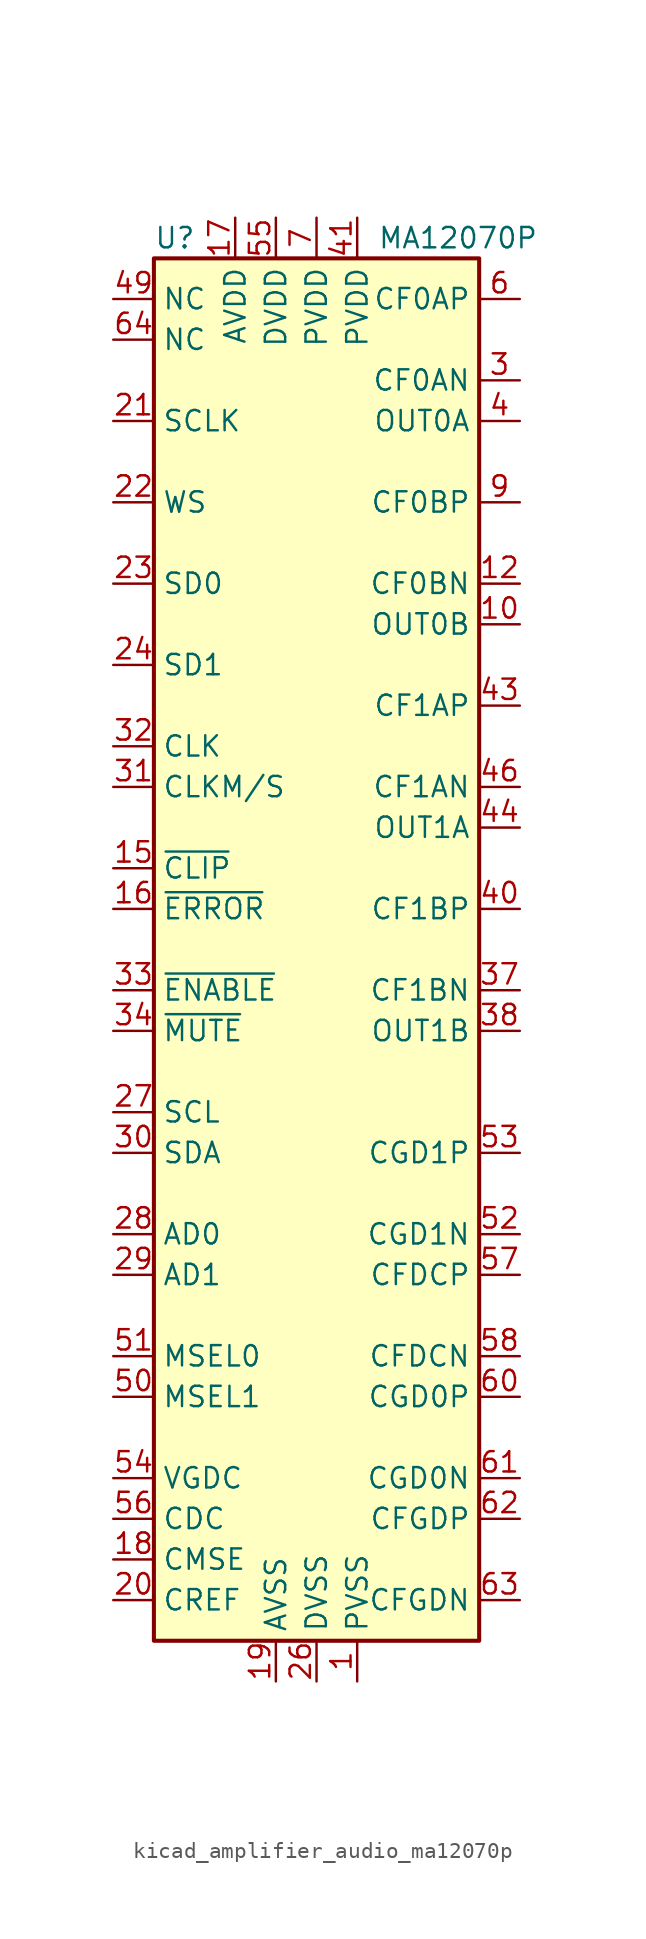
<source format=kicad_sym>
(kicad_symbol_lib
  (version 20220914)
  (generator kicad_symbol_editor)
  (symbol "kicad_amplifier_audio_ma12070p"
    (property "Reference" "U"
      (at -10.16 44.45 0)
      (effects (font (size 1.27 1.27)) (justify left)))
    (property "Value" "MA12070P"
      (at 3.81 44.45 0)
      (effects (font (size 1.27 1.27)) (justify left)))
    (symbol "kicad_amplifier_audio_ma12070p_0_1"
      (rectangle (start -10.16 -43.18) (end 10.16 43.18) (stroke (width 0.254) (type default)) (fill (type background))))
    (symbol "kicad_amplifier_audio_ma12070p_1_1"
      (pin power_in line (at 2.54 -45.72 90) (length 2.54) (name "PVSS" (effects (font (size 1.27 1.27)))) (number "1" (effects (font (size 1.27 1.27)))))
      (pin output line (at 12.7 20.32 180) (length 2.54) (name "OUT0B" (effects (font (size 1.27 1.27)))) (number "10" (effects (font (size 1.27 1.27)))))
      (pin passive line (at 12.7 20.32 180) (length 2.54) hide (name "OUT0B" (effects (font (size 1.27 1.27)))) (number "11" (effects (font (size 1.27 1.27)))))
      (pin passive line (at 12.7 22.86 180) (length 2.54) (name "CF0BN" (effects (font (size 1.27 1.27)))) (number "12" (effects (font (size 1.27 1.27)))))
      (pin passive line (at 2.54 -45.72 90) (length 2.54) hide (name "PVSS" (effects (font (size 1.27 1.27)))) (number "13" (effects (font (size 1.27 1.27)))))
      (pin passive line (at 2.54 -45.72 90) (length 2.54) hide (name "PVSS" (effects (font (size 1.27 1.27)))) (number "14" (effects (font (size 1.27 1.27)))))
      (pin output line (at -12.7 5.08 0) (length 2.54) (name "~{CLIP}" (effects (font (size 1.27 1.27)))) (number "15" (effects (font (size 1.27 1.27)))))
      (pin output line (at -12.7 2.54 0) (length 2.54) (name "~{ERROR}" (effects (font (size 1.27 1.27)))) (number "16" (effects (font (size 1.27 1.27)))))
      (pin power_in line (at -5.08 45.72 270) (length 2.54) (name "AVDD" (effects (font (size 1.27 1.27)))) (number "17" (effects (font (size 1.27 1.27)))))
      (pin passive line (at -12.7 -38.1 0) (length 2.54) (name "CMSE" (effects (font (size 1.27 1.27)))) (number "18" (effects (font (size 1.27 1.27)))))
      (pin power_in line (at -2.54 -45.72 90) (length 2.54) (name "AVSS" (effects (font (size 1.27 1.27)))) (number "19" (effects (font (size 1.27 1.27)))))
      (pin passive line (at 2.54 -45.72 90) (length 2.54) hide (name "PVSS" (effects (font (size 1.27 1.27)))) (number "2" (effects (font (size 1.27 1.27)))))
      (pin passive line (at -12.7 -40.64 0) (length 2.54) (name "CREF" (effects (font (size 1.27 1.27)))) (number "20" (effects (font (size 1.27 1.27)))))
      (pin input line (at -12.7 33.02 0) (length 2.54) (name "SCLK" (effects (font (size 1.27 1.27)))) (number "21" (effects (font (size 1.27 1.27)))))
      (pin input line (at -12.7 27.94 0) (length 2.54) (name "WS" (effects (font (size 1.27 1.27)))) (number "22" (effects (font (size 1.27 1.27)))))
      (pin input line (at -12.7 22.86 0) (length 2.54) (name "SD0" (effects (font (size 1.27 1.27)))) (number "23" (effects (font (size 1.27 1.27)))))
      (pin input line (at -12.7 17.78 0) (length 2.54) (name "SD1" (effects (font (size 1.27 1.27)))) (number "24" (effects (font (size 1.27 1.27)))))
      (pin passive line (at -2.54 -45.72 90) (length 2.54) hide (name "AVSS" (effects (font (size 1.27 1.27)))) (number "25" (effects (font (size 1.27 1.27)))))
      (pin power_in line (at 0 -45.72 90) (length 2.54) (name "DVSS" (effects (font (size 1.27 1.27)))) (number "26" (effects (font (size 1.27 1.27)))))
      (pin input line (at -12.7 -10.16 0) (length 2.54) (name "SCL" (effects (font (size 1.27 1.27)))) (number "27" (effects (font (size 1.27 1.27)))))
      (pin input line (at -12.7 -17.78 0) (length 2.54) (name "AD0" (effects (font (size 1.27 1.27)))) (number "28" (effects (font (size 1.27 1.27)))))
      (pin input line (at -12.7 -20.32 0) (length 2.54) (name "AD1" (effects (font (size 1.27 1.27)))) (number "29" (effects (font (size 1.27 1.27)))))
      (pin passive line (at 12.7 35.56 180) (length 2.54) (name "CF0AN" (effects (font (size 1.27 1.27)))) (number "3" (effects (font (size 1.27 1.27)))))
      (pin bidirectional line (at -12.7 -12.7 0) (length 2.54) (name "SDA" (effects (font (size 1.27 1.27)))) (number "30" (effects (font (size 1.27 1.27)))))
      (pin input line (at -12.7 10.16 0) (length 2.54) (name "CLKM/S" (effects (font (size 1.27 1.27)))) (number "31" (effects (font (size 1.27 1.27)))))
      (pin input line (at -12.7 12.7 0) (length 2.54) (name "CLK" (effects (font (size 1.27 1.27)))) (number "32" (effects (font (size 1.27 1.27)))))
      (pin input line (at -12.7 -2.54 0) (length 2.54) (name "~{ENABLE}" (effects (font (size 1.27 1.27)))) (number "33" (effects (font (size 1.27 1.27)))))
      (pin input line (at -12.7 -5.08 0) (length 2.54) (name "~{MUTE}" (effects (font (size 1.27 1.27)))) (number "34" (effects (font (size 1.27 1.27)))))
      (pin passive line (at 2.54 -45.72 90) (length 2.54) hide (name "PVSS" (effects (font (size 1.27 1.27)))) (number "35" (effects (font (size 1.27 1.27)))))
      (pin passive line (at 2.54 -45.72 90) (length 2.54) hide (name "PVSS" (effects (font (size 1.27 1.27)))) (number "36" (effects (font (size 1.27 1.27)))))
      (pin passive line (at 12.7 -2.54 180) (length 2.54) (name "CF1BN" (effects (font (size 1.27 1.27)))) (number "37" (effects (font (size 1.27 1.27)))))
      (pin output line (at 12.7 -5.08 180) (length 2.54) (name "OUT1B" (effects (font (size 1.27 1.27)))) (number "38" (effects (font (size 1.27 1.27)))))
      (pin passive line (at 12.7 -5.08 180) (length 2.54) hide (name "OUT1B" (effects (font (size 1.27 1.27)))) (number "39" (effects (font (size 1.27 1.27)))))
      (pin output line (at 12.7 33.02 180) (length 2.54) (name "OUT0A" (effects (font (size 1.27 1.27)))) (number "4" (effects (font (size 1.27 1.27)))))
      (pin passive line (at 12.7 2.54 180) (length 2.54) (name "CF1BP" (effects (font (size 1.27 1.27)))) (number "40" (effects (font (size 1.27 1.27)))))
      (pin power_in line (at 2.54 45.72 270) (length 2.54) (name "PVDD" (effects (font (size 1.27 1.27)))) (number "41" (effects (font (size 1.27 1.27)))))
      (pin passive line (at 2.54 45.72 270) (length 2.54) hide (name "PVDD" (effects (font (size 1.27 1.27)))) (number "42" (effects (font (size 1.27 1.27)))))
      (pin passive line (at 12.7 15.24 180) (length 2.54) (name "CF1AP" (effects (font (size 1.27 1.27)))) (number "43" (effects (font (size 1.27 1.27)))))
      (pin output line (at 12.7 7.62 180) (length 2.54) (name "OUT1A" (effects (font (size 1.27 1.27)))) (number "44" (effects (font (size 1.27 1.27)))))
      (pin passive line (at 12.7 7.62 180) (length 2.54) hide (name "OUT1A" (effects (font (size 1.27 1.27)))) (number "45" (effects (font (size 1.27 1.27)))))
      (pin passive line (at 12.7 10.16 180) (length 2.54) (name "CF1AN" (effects (font (size 1.27 1.27)))) (number "46" (effects (font (size 1.27 1.27)))))
      (pin passive line (at 2.54 -45.72 90) (length 2.54) hide (name "PVSS" (effects (font (size 1.27 1.27)))) (number "47" (effects (font (size 1.27 1.27)))))
      (pin passive line (at 2.54 -45.72 90) (length 2.54) hide (name "PVSS" (effects (font (size 1.27 1.27)))) (number "48" (effects (font (size 1.27 1.27)))))
      (pin passive line (at -12.7 40.64 0) (length 2.54) (name "NC" (effects (font (size 1.27 1.27)))) (number "49" (effects (font (size 1.27 1.27)))))
      (pin passive line (at 12.7 33.02 180) (length 2.54) hide (name "OUT0A" (effects (font (size 1.27 1.27)))) (number "5" (effects (font (size 1.27 1.27)))))
      (pin input line (at -12.7 -27.94 0) (length 2.54) (name "MSEL1" (effects (font (size 1.27 1.27)))) (number "50" (effects (font (size 1.27 1.27)))))
      (pin input line (at -12.7 -25.4 0) (length 2.54) (name "MSEL0" (effects (font (size 1.27 1.27)))) (number "51" (effects (font (size 1.27 1.27)))))
      (pin passive line (at 12.7 -17.78 180) (length 2.54) (name "CGD1N" (effects (font (size 1.27 1.27)))) (number "52" (effects (font (size 1.27 1.27)))))
      (pin passive line (at 12.7 -12.7 180) (length 2.54) (name "CGD1P" (effects (font (size 1.27 1.27)))) (number "53" (effects (font (size 1.27 1.27)))))
      (pin passive line (at -12.7 -33.02 0) (length 2.54) (name "VGDC" (effects (font (size 1.27 1.27)))) (number "54" (effects (font (size 1.27 1.27)))))
      (pin power_in line (at -2.54 45.72 270) (length 2.54) (name "DVDD" (effects (font (size 1.27 1.27)))) (number "55" (effects (font (size 1.27 1.27)))))
      (pin passive line (at -12.7 -35.56 0) (length 2.54) (name "CDC" (effects (font (size 1.27 1.27)))) (number "56" (effects (font (size 1.27 1.27)))))
      (pin passive line (at 12.7 -20.32 180) (length 2.54) (name "CFDCP" (effects (font (size 1.27 1.27)))) (number "57" (effects (font (size 1.27 1.27)))))
      (pin passive line (at 12.7 -25.4 180) (length 2.54) (name "CFDCN" (effects (font (size 1.27 1.27)))) (number "58" (effects (font (size 1.27 1.27)))))
      (pin passive line (at 0 -45.72 90) (length 2.54) hide (name "DVSS" (effects (font (size 1.27 1.27)))) (number "59" (effects (font (size 1.27 1.27)))))
      (pin passive line (at 12.7 40.64 180) (length 2.54) (name "CF0AP" (effects (font (size 1.27 1.27)))) (number "6" (effects (font (size 1.27 1.27)))))
      (pin passive line (at 12.7 -27.94 180) (length 2.54) (name "CGD0P" (effects (font (size 1.27 1.27)))) (number "60" (effects (font (size 1.27 1.27)))))
      (pin passive line (at 12.7 -33.02 180) (length 2.54) (name "CGD0N" (effects (font (size 1.27 1.27)))) (number "61" (effects (font (size 1.27 1.27)))))
      (pin passive line (at 12.7 -35.56 180) (length 2.54) (name "CFGDP" (effects (font (size 1.27 1.27)))) (number "62" (effects (font (size 1.27 1.27)))))
      (pin passive line (at 12.7 -40.64 180) (length 2.54) (name "CFGDN" (effects (font (size 1.27 1.27)))) (number "63" (effects (font (size 1.27 1.27)))))
      (pin passive line (at -12.7 38.1 0) (length 2.54) (name "NC" (effects (font (size 1.27 1.27)))) (number "64" (effects (font (size 1.27 1.27)))))
      (pin power_in line (at 0 45.72 270) (length 2.54) (name "PVDD" (effects (font (size 1.27 1.27)))) (number "7" (effects (font (size 1.27 1.27)))))
      (pin passive line (at 0 45.72 270) (length 2.54) hide (name "PVDD" (effects (font (size 1.27 1.27)))) (number "8" (effects (font (size 1.27 1.27)))))
      (pin passive line (at 12.7 27.94 180) (length 2.54) (name "CF0BP" (effects (font (size 1.27 1.27)))) (number "9" (effects (font (size 1.27 1.27))))))))
</source>
